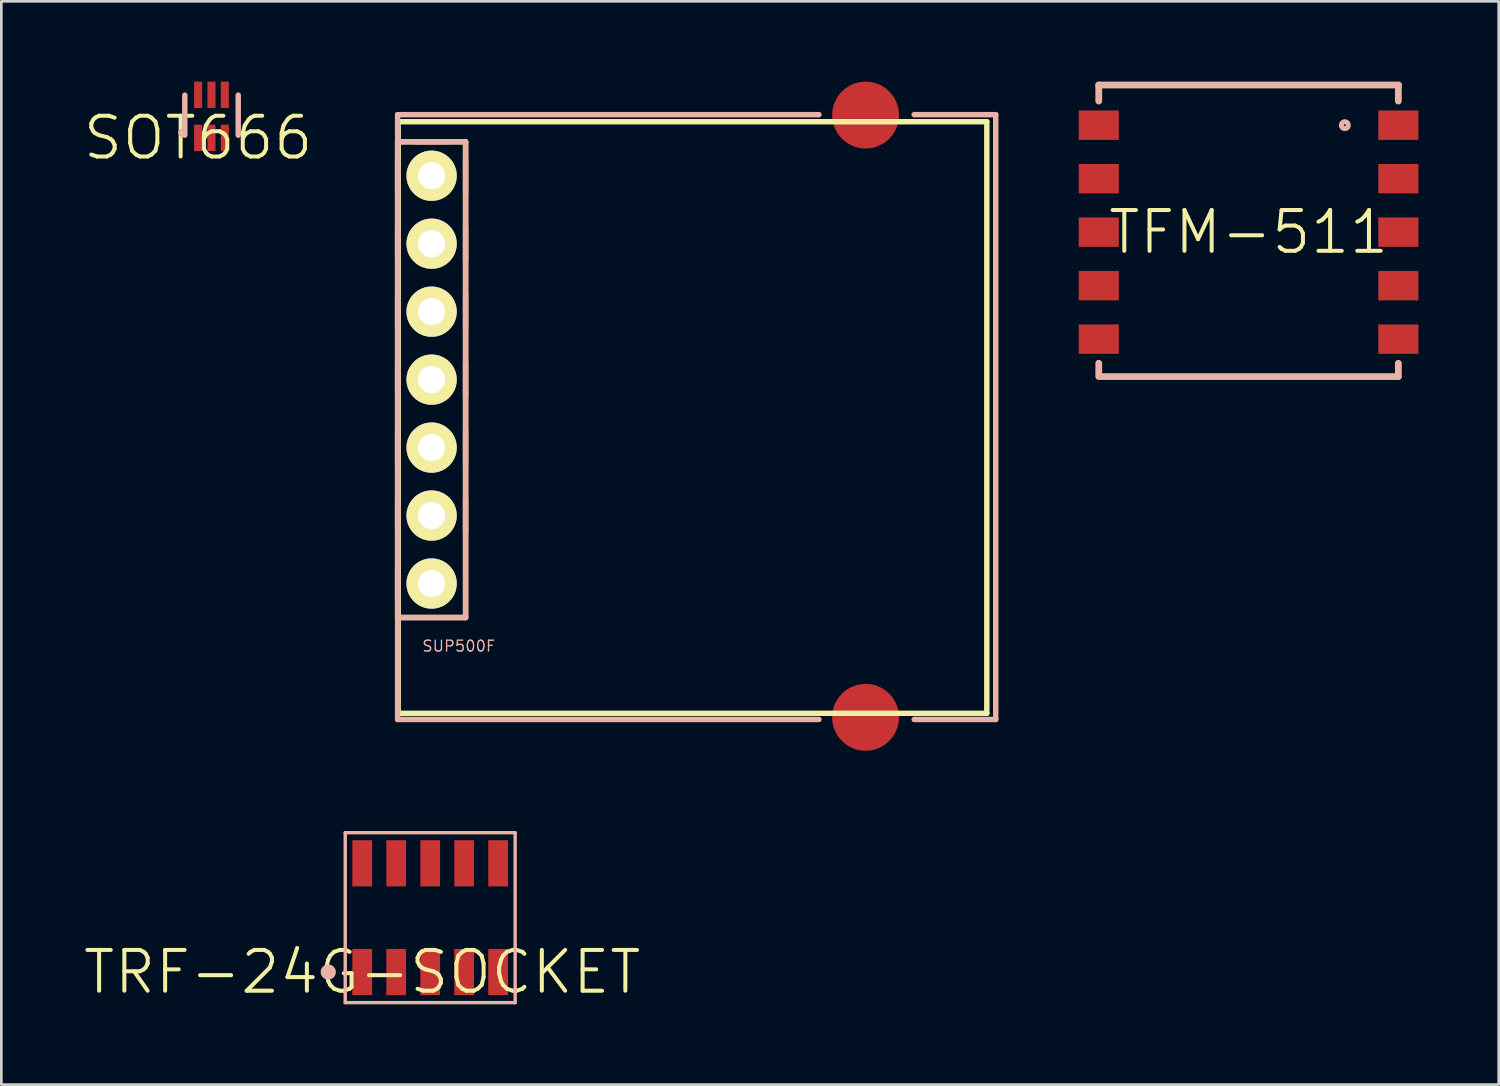
<source format=kicad_pcb>
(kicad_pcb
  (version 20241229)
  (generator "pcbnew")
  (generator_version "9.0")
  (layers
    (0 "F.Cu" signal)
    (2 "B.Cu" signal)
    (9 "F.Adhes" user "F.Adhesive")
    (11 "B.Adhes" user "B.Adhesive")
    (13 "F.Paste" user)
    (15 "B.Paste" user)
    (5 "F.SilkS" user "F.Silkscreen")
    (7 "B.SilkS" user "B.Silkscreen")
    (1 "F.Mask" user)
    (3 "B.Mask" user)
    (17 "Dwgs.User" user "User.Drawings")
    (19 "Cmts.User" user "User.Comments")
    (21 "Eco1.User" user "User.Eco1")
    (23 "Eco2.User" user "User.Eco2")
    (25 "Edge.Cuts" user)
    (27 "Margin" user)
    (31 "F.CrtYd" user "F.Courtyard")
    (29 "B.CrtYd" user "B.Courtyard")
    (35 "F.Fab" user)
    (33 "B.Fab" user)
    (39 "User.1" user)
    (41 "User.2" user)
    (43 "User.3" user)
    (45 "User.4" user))
  (footprint "SOT666"
    (layer "F.Cu")
    (at 4.354 2.102)
    (property "Reference" "SOT666" (at 0 0 0) (layer "F.SilkS") (effects (font (size 1.524 1.524) (thickness 0.15))))
    (attr smd)
    (fp_line (start -0.498 -0.099) (end -0.498 -1.598) (stroke (width 0.203) (type solid)) (layer "B.SilkS"))
    (fp_line (start 1.499 -0.099) (end 1.499 -1.598) (stroke (width 0.203) (type solid)) (layer "B.SilkS"))
    (fp_circle (center -0.599 -0.198) (end -0.668 -0.267) (stroke (width 0.102) (type solid)) (fill no) (layer "B.SilkS"))
    (pad "1" smd rect (at 0 0 90) (size 0.988 0.3) (layers "F.Cu" "F.Mask" "F.Paste"))
    (pad "2" smd rect (at 0.498 0 90) (size 0.988 0.3) (layers "F.Cu" "F.Mask" "F.Paste"))
    (pad "3" smd rect (at 0.998 0 90) (size 0.988 0.3) (layers "F.Cu" "F.Mask" "F.Paste"))
    (pad "4" smd rect (at 0.998 -1.608 90) (size 0.988 0.3) (layers "F.Cu" "F.Mask" "F.Paste"))
    (pad "5" smd rect (at 0.498 -1.608 90) (size 0.988 0.3) (layers "F.Cu" "F.Mask" "F.Paste"))
    (pad "6" smd rect (at 0 -1.608 90) (size 0.988 0.3) (layers "F.Cu" "F.Mask" "F.Paste")))
  (footprint "TRF-24G-SOCKET"
    (layer "F.Cu")
    (at 10.487 33.277)
    (property "Reference" "TRF-24G-SOCKET" (at 0 0 0) (layer "F.SilkS") (effects (font (size 1.524 1.524) (thickness 0.15))))
    (attr smd)
    (fp_line (start -1.473 0.051) (end -1.448 -0.076) (stroke (width 0.127) (type solid)) (layer "B.SilkS"))
    (fp_line (start -1.448 -0.076) (end -1.168 -0.051) (stroke (width 0.127) (type solid)) (layer "B.SilkS"))
    (fp_line (start -1.397 -0.127) (end -1.293 -0.178) (stroke (width 0.127) (type solid)) (layer "B.SilkS"))
    (fp_line (start -1.346 0.178) (end -1.473 0.051) (stroke (width 0.127) (type solid)) (layer "B.SilkS"))
    (fp_line (start -1.293 -0.178) (end -1.168 -0.152) (stroke (width 0.127) (type solid)) (layer "B.SilkS"))
    (fp_line (start -1.293 0.102) (end -1.346 0.025) (stroke (width 0.127) (type solid)) (layer "B.SilkS"))
    (fp_line (start -1.168 -0.152) (end -1.067 -0.025) (stroke (width 0.127) (type solid)) (layer "B.SilkS"))
    (fp_line (start -1.168 -0.051) (end -1.293 0.102) (stroke (width 0.127) (type solid)) (layer "B.SilkS"))
    (fp_line (start -1.168 0.152) (end -1.346 0.178) (stroke (width 0.127) (type solid)) (layer "B.SilkS"))
    (fp_line (start -1.067 -0.025) (end -1.168 0.152) (stroke (width 0.127) (type solid)) (layer "B.SilkS"))
    (fp_line (start -0.635 -5.207) (end -0.635 1.143) (stroke (width 0.127) (type solid)) (layer "B.SilkS"))
    (fp_line (start -0.635 1.143) (end 5.715 1.143) (stroke (width 0.127) (type solid)) (layer "B.SilkS"))
    (fp_line (start 5.715 -5.207) (end -0.635 -5.207) (stroke (width 0.127) (type solid)) (layer "B.SilkS"))
    (fp_line (start 5.715 1.143) (end 5.715 -5.207) (stroke (width 0.127) (type solid)) (layer "B.SilkS"))
    (fp_circle (center -1.27 0) (end -1.448 0.178) (stroke (width 0.064) (type solid)) (fill no) (layer "B.SilkS"))
    (fp_circle (center -1.27 0) (end -1.41 0.14) (stroke (width 0.064) (type solid)) (fill no) (layer "B.SilkS"))
    (pad "P$1" smd rect (at 0 0 180) (size 0.739 1.727) (layers "F.Cu" "F.Mask" "F.Paste"))
    (pad "P$2" smd rect (at 1.27 0 180) (size 0.739 1.727) (layers "F.Cu" "F.Mask" "F.Paste"))
    (pad "P$3" smd rect (at 2.54 0 180) (size 0.739 1.727) (layers "F.Cu" "F.Mask" "F.Paste"))
    (pad "P$4" smd rect (at 3.81 0 180) (size 0.739 1.727) (layers "F.Cu" "F.Mask" "F.Paste"))
    (pad "P$5" smd rect (at 5.08 0 180) (size 0.739 1.727) (layers "F.Cu" "F.Mask" "F.Paste"))
    (pad "P$6" smd rect (at 5.08 -4.064) (size 0.739 1.727) (layers "F.Cu" "F.Mask" "F.Paste"))
    (pad "P$7" smd rect (at 3.81 -4.064) (size 0.739 1.727) (layers "F.Cu" "F.Mask" "F.Paste"))
    (pad "P$8" smd rect (at 2.54 -4.064) (size 0.739 1.727) (layers "F.Cu" "F.Mask" "F.Paste"))
    (pad "P$9" smd rect (at 1.27 -4.064) (size 0.739 1.727) (layers "F.Cu" "F.Mask" "F.Paste"))
    (pad "P$10" smd rect (at 0 -4.064) (size 0.739 1.727) (layers "F.Cu" "F.Mask" "F.Paste")))
  (footprint "SUP500F"
    (layer "F.Cu")
    (at 13.08 18.758)
    (property "Reference" "SUP500F" (at 1.016 2.337 0) (layer "B.SilkS") (effects (font (size 0.406 0.406) (thickness 0.051))))
    (attr smd)
    (fp_line (start -1.27 -16.51) (end -1.27 1.27) (stroke (width 0.203) (type solid)) (layer "F.SilkS"))
    (fp_line (start -1.27 -16.51) (end 1.27 -16.51) (stroke (width 0.203) (type solid)) (layer "F.SilkS"))
    (fp_line (start -1.27 1.27) (end 1.27 1.27) (stroke (width 0.203) (type solid)) (layer "F.SilkS"))
    (fp_line (start -1.25 -17.259) (end 20.749 -17.259) (stroke (width 0.203) (type solid)) (layer "F.SilkS"))
    (fp_line (start -1.25 4.849) (end -1.25 -17.259) (stroke (width 0.203) (type solid)) (layer "F.SilkS"))
    (fp_line (start -1.25 4.849) (end 20.749 4.849) (stroke (width 0.203) (type solid)) (layer "F.SilkS"))
    (fp_line (start -0.254 -15.494) (end 0.254 -15.494) (stroke (width 0.066) (type solid)) (layer "F.SilkS"))
    (fp_line (start -0.254 -14.986) (end -0.254 -15.494) (stroke (width 0.066) (type solid)) (layer "F.SilkS"))
    (fp_line (start -0.254 -14.986) (end 0.254 -14.986) (stroke (width 0.066) (type solid)) (layer "F.SilkS"))
    (fp_line (start -0.254 -12.954) (end 0.254 -12.954) (stroke (width 0.066) (type solid)) (layer "F.SilkS"))
    (fp_line (start -0.254 -12.446) (end -0.254 -12.954) (stroke (width 0.066) (type solid)) (layer "F.SilkS"))
    (fp_line (start -0.254 -12.446) (end 0.254 -12.446) (stroke (width 0.066) (type solid)) (layer "F.SilkS"))
    (fp_line (start -0.254 -10.414) (end 0.254 -10.414) (stroke (width 0.066) (type solid)) (layer "F.SilkS"))
    (fp_line (start -0.254 -9.906) (end -0.254 -10.414) (stroke (width 0.066) (type solid)) (layer "F.SilkS"))
    (fp_line (start -0.254 -9.906) (end 0.254 -9.906) (stroke (width 0.066) (type solid)) (layer "F.SilkS"))
    (fp_line (start -0.254 -7.874) (end 0.254 -7.874) (stroke (width 0.066) (type solid)) (layer "F.SilkS"))
    (fp_line (start -0.254 -7.366) (end -0.254 -7.874) (stroke (width 0.066) (type solid)) (layer "F.SilkS"))
    (fp_line (start -0.254 -7.366) (end 0.254 -7.366) (stroke (width 0.066) (type solid)) (layer "F.SilkS"))
    (fp_line (start -0.254 -5.334) (end 0.254 -5.334) (stroke (width 0.066) (type solid)) (layer "F.SilkS"))
    (fp_line (start -0.254 -4.826) (end -0.254 -5.334) (stroke (width 0.066) (type solid)) (layer "F.SilkS"))
    (fp_line (start -0.254 -4.826) (end 0.254 -4.826) (stroke (width 0.066) (type solid)) (layer "F.SilkS"))
    (fp_line (start -0.254 -2.794) (end 0.254 -2.794) (stroke (width 0.066) (type solid)) (layer "F.SilkS"))
    (fp_line (start -0.254 -2.286) (end -0.254 -2.794) (stroke (width 0.066) (type solid)) (layer "F.SilkS"))
    (fp_line (start -0.254 -2.286) (end 0.254 -2.286) (stroke (width 0.066) (type solid)) (layer "F.SilkS"))
    (fp_line (start -0.254 -0.254) (end 0.254 -0.254) (stroke (width 0.066) (type solid)) (layer "F.SilkS"))
    (fp_line (start -0.254 0.254) (end -0.254 -0.254) (stroke (width 0.066) (type solid)) (layer "F.SilkS"))
    (fp_line (start -0.254 0.254) (end 0.254 0.254) (stroke (width 0.066) (type solid)) (layer "F.SilkS"))
    (fp_line (start 0.254 -14.986) (end 0.254 -15.494) (stroke (width 0.066) (type solid)) (layer "F.SilkS"))
    (fp_line (start 0.254 -12.446) (end 0.254 -12.954) (stroke (width 0.066) (type solid)) (layer "F.SilkS"))
    (fp_line (start 0.254 -9.906) (end 0.254 -10.414) (stroke (width 0.066) (type solid)) (layer "F.SilkS"))
    (fp_line (start 0.254 -7.366) (end 0.254 -7.874) (stroke (width 0.066) (type solid)) (layer "F.SilkS"))
    (fp_line (start 0.254 -4.826) (end 0.254 -5.334) (stroke (width 0.066) (type solid)) (layer "F.SilkS"))
    (fp_line (start 0.254 -2.286) (end 0.254 -2.794) (stroke (width 0.066) (type solid)) (layer "F.SilkS"))
    (fp_line (start 0.254 0.254) (end 0.254 -0.254) (stroke (width 0.066) (type solid)) (layer "F.SilkS"))
    (fp_line (start 1.27 -16.51) (end 1.27 1.27) (stroke (width 0.203) (type solid)) (layer "F.SilkS"))
    (fp_line (start 20.749 4.849) (end 20.749 -17.259) (stroke (width 0.203) (type solid)) (layer "F.SilkS"))
    (fp_line (start -1.27 -17.523) (end 14.475 -17.523) (stroke (width 0.203) (type solid)) (layer "B.SilkS"))
    (fp_line (start -1.27 -16.51) (end -1.27 -17.523) (stroke (width 0.203) (type solid)) (layer "B.SilkS"))
    (fp_line (start -1.27 -16.51) (end 1.27 -16.51) (stroke (width 0.203) (type solid)) (layer "B.SilkS"))
    (fp_line (start -1.27 -14.605) (end -1.27 -15.875) (stroke (width 0.203) (type solid)) (layer "B.SilkS"))
    (fp_line (start -1.27 -12.065) (end -1.27 -13.335) (stroke (width 0.203) (type solid)) (layer "B.SilkS"))
    (fp_line (start -1.27 -9.525) (end -1.27 -10.795) (stroke (width 0.203) (type solid)) (layer "B.SilkS"))
    (fp_line (start -1.27 -6.985) (end -1.27 -8.255) (stroke (width 0.203) (type solid)) (layer "B.SilkS"))
    (fp_line (start -1.27 -4.445) (end -1.27 -5.715) (stroke (width 0.203) (type solid)) (layer "B.SilkS"))
    (fp_line (start -1.27 -1.905) (end -1.27 -3.175) (stroke (width 0.203) (type solid)) (layer "B.SilkS"))
    (fp_line (start -1.27 0.635) (end -1.27 -0.635) (stroke (width 0.203) (type solid)) (layer "B.SilkS"))
    (fp_line (start -1.27 1.27) (end -1.27 -16.51) (stroke (width 0.203) (type solid)) (layer "B.SilkS"))
    (fp_line (start -1.27 1.27) (end -1.27 5.08) (stroke (width 0.203) (type solid)) (layer "B.SilkS"))
    (fp_line (start -1.27 5.08) (end 14.475 5.08) (stroke (width 0.203) (type solid)) (layer "B.SilkS"))
    (fp_line (start -0.635 -16.51) (end 0.635 -16.51) (stroke (width 0.203) (type solid)) (layer "B.SilkS"))
    (fp_line (start 1.27 -16.51) (end 1.27 1.27) (stroke (width 0.203) (type solid)) (layer "B.SilkS"))
    (fp_line (start 1.27 -15.875) (end 1.27 -14.605) (stroke (width 0.203) (type solid)) (layer "B.SilkS"))
    (fp_line (start 1.27 -13.335) (end 1.27 -12.065) (stroke (width 0.203) (type solid)) (layer "B.SilkS"))
    (fp_line (start 1.27 -10.795) (end 1.27 -9.525) (stroke (width 0.203) (type solid)) (layer "B.SilkS"))
    (fp_line (start 1.27 -8.255) (end 1.27 -6.985) (stroke (width 0.203) (type solid)) (layer "B.SilkS"))
    (fp_line (start 1.27 -5.715) (end 1.27 -4.445) (stroke (width 0.203) (type solid)) (layer "B.SilkS"))
    (fp_line (start 1.27 -3.175) (end 1.27 -1.905) (stroke (width 0.203) (type solid)) (layer "B.SilkS"))
    (fp_line (start 1.27 1.27) (end -1.27 1.27) (stroke (width 0.203) (type solid)) (layer "B.SilkS"))
    (fp_line (start 18.034 5.08) (end 21.082 5.08) (stroke (width 0.203) (type solid)) (layer "B.SilkS"))
    (fp_line (start 21.082 -17.523) (end 18.034 -17.523) (stroke (width 0.203) (type solid)) (layer "B.SilkS"))
    (fp_line (start 21.082 5.08) (end 21.082 -17.523) (stroke (width 0.203) (type solid)) (layer "B.SilkS"))
    (pad "1" thru_hole circle (at 0 -15.24) (size 1.88 1.88) (drill 1.016) (layers "*.Cu" "F.Mask" "F.SilkS" "F.Paste"))
    (pad "2" thru_hole circle (at 0 -12.7) (size 1.88 1.88) (drill 1.016) (layers "*.Cu" "F.Mask" "F.SilkS" "F.Paste"))
    (pad "3" thru_hole circle (at 0 -10.16) (size 1.88 1.88) (drill 1.016) (layers "*.Cu" "F.Mask" "F.SilkS" "F.Paste"))
    (pad "4" thru_hole circle (at 0 -7.62) (size 1.88 1.88) (drill 1.016) (layers "*.Cu" "F.Mask" "F.SilkS" "F.Paste"))
    (pad "5" thru_hole circle (at 0 -5.08) (size 1.88 1.88) (drill 1.016) (layers "*.Cu" "F.Mask" "F.SilkS" "F.Paste"))
    (pad "6" thru_hole circle (at 0 -2.54) (size 1.88 1.88) (drill 1.016) (layers "*.Cu" "F.Mask" "F.SilkS" "F.Paste"))
    (pad "7" thru_hole circle (at 0 0) (size 1.88 1.88) (drill 1.016) (layers "*.Cu" "F.Mask" "F.SilkS" "F.Paste"))
    (pad "NC@0" smd circle (at 16.218 4.999) (size 2.499 2.499) (layers "F.Cu" "F.Mask" "F.Paste"))
    (pad "NC@1" smd circle (at 16.218 -17.508) (size 2.499 2.499) (layers "F.Cu" "F.Mask" "F.Paste")))
  (footprint "TFM-511"
    (layer "F.Cu")
    (at 43.611 5.626)
    (property "Reference" "TFM-511" (at 0 0 0) (layer "F.SilkS") (effects (font (size 1.524 1.524) (thickness 0.15))))
    (attr smd)
    (fp_line (start -5.598 -5.499) (end -5.598 -4.9) (stroke (width 0.254) (type solid)) (layer "B.SilkS"))
    (fp_line (start -5.598 -5.499) (end 5.598 -5.499) (stroke (width 0.254) (type solid)) (layer "B.SilkS"))
    (fp_line (start -5.598 5.298) (end -5.598 4.9) (stroke (width 0.254) (type solid)) (layer "B.SilkS"))
    (fp_line (start -5.598 5.397) (end -5.598 5.298) (stroke (width 0.127) (type solid)) (layer "B.SilkS"))
    (fp_line (start 5.598 -5.499) (end 5.598 -4.9) (stroke (width 0.254) (type solid)) (layer "B.SilkS"))
    (fp_line (start 5.598 5.397) (end -5.598 5.397) (stroke (width 0.254) (type solid)) (layer "B.SilkS"))
    (fp_line (start 5.598 5.397) (end 5.598 4.9) (stroke (width 0.254) (type solid)) (layer "B.SilkS"))
    (fp_circle (center 3.599 -3.998) (end 3.668 -4.067) (stroke (width 0.127) (type solid)) (fill no) (layer "B.SilkS"))
    (fp_circle (center 3.599 -3.998) (end 3.711 -4.11) (stroke (width 0.127) (type solid)) (fill no) (layer "B.SilkS"))
    (pad "1" smd rect (at 5.598 -3.998 90) (size 1.1 1.499) (layers "F.Cu" "F.Mask" "F.Paste"))
    (pad "2" smd rect (at 5.598 -1.999 90) (size 1.1 1.499) (layers "F.Cu" "F.Mask" "F.Paste"))
    (pad "3" smd rect (at 5.598 0 90) (size 1.1 1.499) (layers "F.Cu" "F.Mask" "F.Paste"))
    (pad "4" smd rect (at 5.598 1.999 90) (size 1.1 1.499) (layers "F.Cu" "F.Mask" "F.Paste"))
    (pad "5" smd rect (at 5.598 3.998 90) (size 1.1 1.499) (layers "F.Cu" "F.Mask" "F.Paste"))
    (pad "6" smd rect (at -5.598 3.998 90) (size 1.1 1.499) (layers "F.Cu" "F.Mask" "F.Paste"))
    (pad "7" smd rect (at -5.598 1.999 90) (size 1.1 1.499) (layers "F.Cu" "F.Mask" "F.Paste"))
    (pad "8" smd rect (at -5.598 0 90) (size 1.1 1.499) (layers "F.Cu" "F.Mask" "F.Paste"))
    (pad "9" smd rect (at -5.598 -1.999 90) (size 1.1 1.499) (layers "F.Cu" "F.Mask" "F.Paste"))
    (pad "10" smd rect (at -5.598 -3.998 90) (size 1.1 1.499) (layers "F.Cu" "F.Mask" "F.Paste")))
  (gr_rect
    (start -3 -3)
    (end 52.959 37.483)
    (stroke (width 0.1) (type default))
    (fill no)
    (layer "Edge.Cuts")))
</source>
